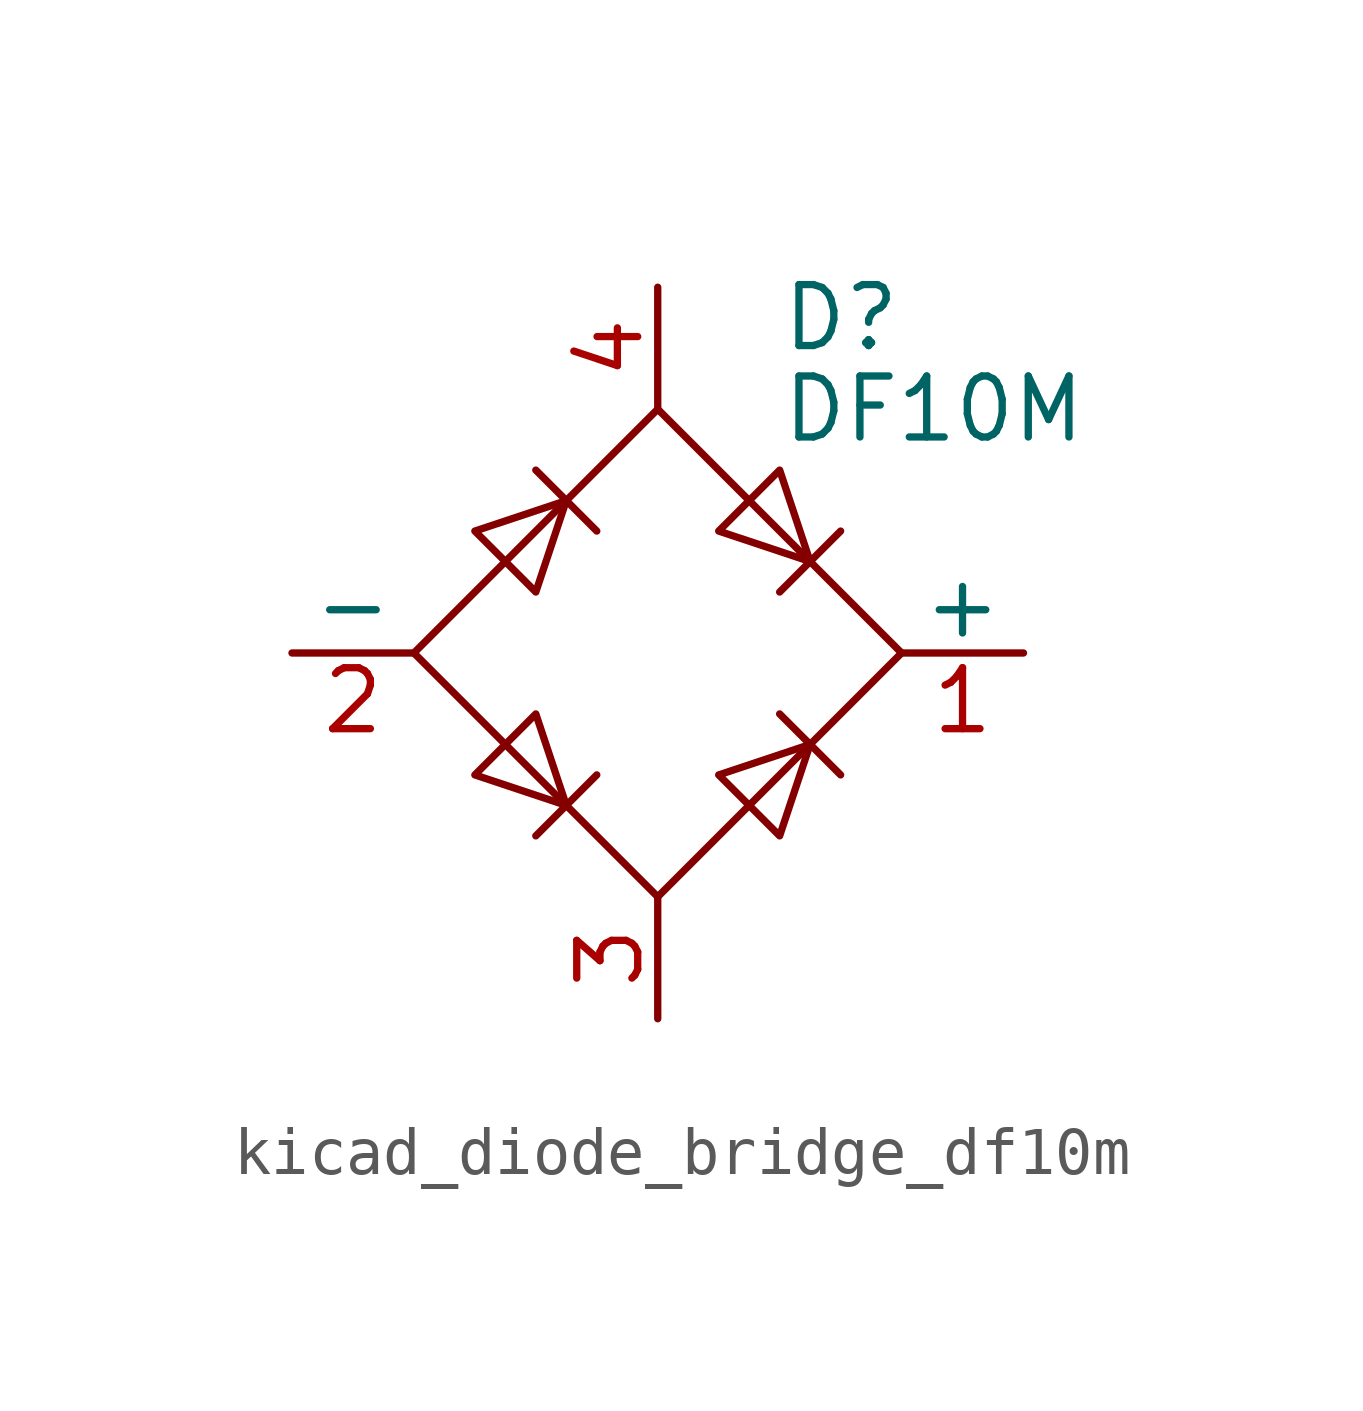
<source format=kicad_sym>
(kicad_symbol_lib
  (version 20220914)
  (generator kicad_symbol_editor)
  (symbol "kicad_diode_bridge_df10m"
    (pin_names
      (offset 0))
    (property "Reference" "D"
      (at 2.54 6.985 0)
      (effects (font (size 1.27 1.27)) (justify left)))
    (property "Value" "DF10M"
      (at 2.54 5.08 0)
      (effects (font (size 1.27 1.27)) (justify left)))
    (symbol "kicad_diode_bridge_df10m_0_1"
      (polyline (pts (xy -2.54 3.81) (xy -1.27 2.54)) (stroke (width 0) (type default)) (fill (type none)))
      (polyline (pts (xy -1.27 -2.54) (xy -2.54 -3.81)) (stroke (width 0) (type default)) (fill (type none)))
      (polyline (pts (xy 2.54 -1.27) (xy 3.81 -2.54)) (stroke (width 0) (type default)) (fill (type none)))
      (polyline (pts (xy 2.54 1.27) (xy 3.81 2.54)) (stroke (width 0) (type default)) (fill (type none)))
      (polyline (pts (xy -3.81 2.54) (xy -2.54 1.27) (xy -1.905 3.175) (xy -3.81 2.54)) (stroke (width 0) (type default)) (fill (type none)))
      (polyline (pts (xy -2.54 -1.27) (xy -3.81 -2.54) (xy -1.905 -3.175) (xy -2.54 -1.27)) (stroke (width 0) (type default)) (fill (type none)))
      (polyline (pts (xy 1.27 2.54) (xy 2.54 3.81) (xy 3.175 1.905) (xy 1.27 2.54)) (stroke (width 0) (type default)) (fill (type none)))
      (polyline (pts (xy 3.175 -1.905) (xy 1.27 -2.54) (xy 2.54 -3.81) (xy 3.175 -1.905)) (stroke (width 0) (type default)) (fill (type none)))
      (polyline (pts (xy -5.08 0) (xy 0 -5.08) (xy 5.08 0) (xy 0 5.08) (xy -5.08 0)) (stroke (width 0) (type default)) (fill (type none))))
    (symbol "kicad_diode_bridge_df10m_1_1"
      (pin passive line (at 7.62 0 180) (length 2.54) (name "+" (effects (font (size 1.27 1.27)))) (number "1" (effects (font (size 1.27 1.27)))))
      (pin passive line (at -7.62 0 0) (length 2.54) (name "-" (effects (font (size 1.27 1.27)))) (number "2" (effects (font (size 1.27 1.27)))))
      (pin passive line (at 0 -7.62 90) (length 2.54) (name "~" (effects (font (size 1.27 1.27)))) (number "3" (effects (font (size 1.27 1.27)))))
      (pin passive line (at 0 7.62 270) (length 2.54) (name "~" (effects (font (size 1.27 1.27)))) (number "4" (effects (font (size 1.27 1.27))))))))
</source>
